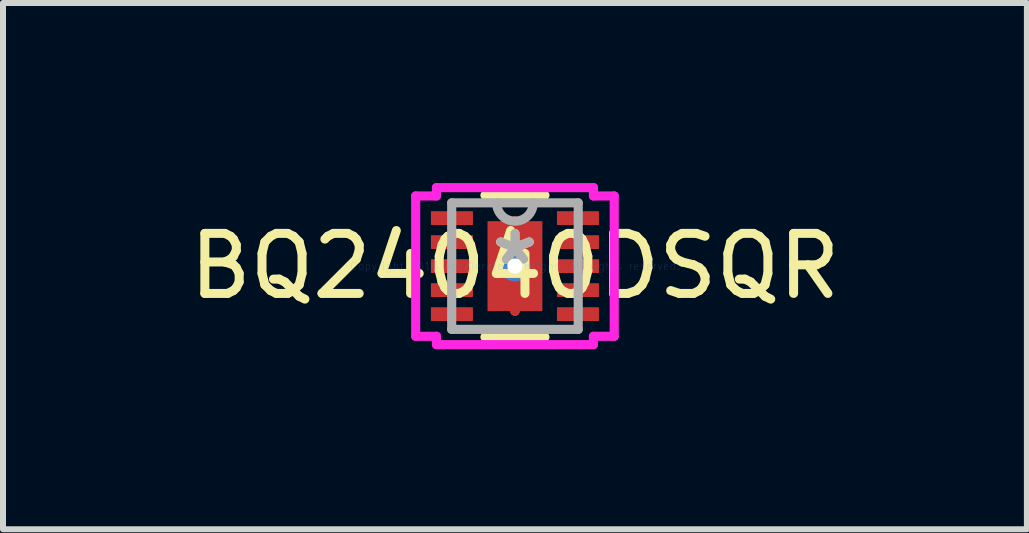
<source format=kicad_pcb>
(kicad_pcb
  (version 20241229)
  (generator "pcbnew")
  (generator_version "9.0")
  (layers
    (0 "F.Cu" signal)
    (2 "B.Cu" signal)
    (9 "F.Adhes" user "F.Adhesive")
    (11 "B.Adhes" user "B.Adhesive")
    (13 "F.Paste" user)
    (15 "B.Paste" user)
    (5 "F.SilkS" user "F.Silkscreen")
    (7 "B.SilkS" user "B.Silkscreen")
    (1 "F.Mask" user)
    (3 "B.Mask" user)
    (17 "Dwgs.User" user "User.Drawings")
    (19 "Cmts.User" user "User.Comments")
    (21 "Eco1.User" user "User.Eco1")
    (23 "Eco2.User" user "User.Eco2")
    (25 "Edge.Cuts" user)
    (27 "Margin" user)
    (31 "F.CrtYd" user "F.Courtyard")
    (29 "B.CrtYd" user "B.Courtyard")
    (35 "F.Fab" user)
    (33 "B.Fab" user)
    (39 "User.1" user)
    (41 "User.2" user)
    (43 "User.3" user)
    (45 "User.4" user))
  (footprint "BQ24040DSQR"
    (layer "F.Cu")
    (at 5.53 1.384)
    (property "Reference" "BQ24040DSQR" (at 0 0 0) (layer "F.SilkS") (effects (font (size 1 1) (thickness 0.15))))
    (attr through_hole)
    (fp_line (start 0 -0.749) (end 0 -0.749) (stroke (width 0.152) (type solid)) (layer "F.Cu"))
    (fp_line (start 0 -0.749) (end 0 -0.749) (stroke (width 0.152) (type solid)) (layer "F.Cu"))
    (fp_line (start 0 -0.749) (end 0 -0.749) (stroke (width 0.152) (type solid)) (layer "F.Cu"))
    (fp_line (start 0 -0.749) (end 0 -0.749) (stroke (width 0.152) (type solid)) (layer "F.Cu"))
    (fp_line (start 0 -0.749) (end 0 -0.749) (stroke (width 0.152) (type solid)) (layer "F.Cu"))
    (fp_line (start 0 -0.749) (end 0 -0.749) (stroke (width 0.152) (type solid)) (layer "F.Cu"))
    (fp_line (start 0 -0.749) (end 0 -0.749) (stroke (width 0.152) (type solid)) (layer "F.Cu"))
    (fp_line (start 0 -0.749) (end 0 -0.749) (stroke (width 0.152) (type solid)) (layer "F.Cu"))
    (fp_line (start 0 0.749) (end 0 0.749) (stroke (width 0.152) (type solid)) (layer "F.Cu"))
    (fp_line (start 0 0.749) (end 0 0.749) (stroke (width 0.152) (type solid)) (layer "F.Cu"))
    (fp_line (start 0 0.749) (end 0 0.749) (stroke (width 0.152) (type solid)) (layer "F.Cu"))
    (fp_line (start 0 0.749) (end 0 0.749) (stroke (width 0.152) (type solid)) (layer "F.Cu"))
    (fp_line (start 0 0.749) (end 0 0.749) (stroke (width 0.152) (type solid)) (layer "F.Cu"))
    (fp_line (start 0 0.749) (end 0 0.749) (stroke (width 0.152) (type solid)) (layer "F.Cu"))
    (fp_line (start 0 0.749) (end 0 0.749) (stroke (width 0.152) (type solid)) (layer "F.Cu"))
    (fp_line (start 0 0.749) (end 0 0.749) (stroke (width 0.152) (type solid)) (layer "F.Cu"))
    (fp_line (start -0.521 -0.813) (end -0.2 -0.813) (stroke (width 0.152) (type solid)) (layer "F.Mask"))
    (fp_line (start -0.521 -0.813) (end 0.521 -0.813) (stroke (width 0.152) (type solid)) (layer "F.Mask"))
    (fp_line (start -0.521 -0.2) (end -0.521 -0.813) (stroke (width 0.152) (type solid)) (layer "F.Mask"))
    (fp_line (start -0.521 0.2) (end 0.521 0.2) (stroke (width 0.152) (type solid)) (layer "F.Mask"))
    (fp_line (start -0.521 0.813) (end -0.521 -0.813) (stroke (width 0.152) (type solid)) (layer "F.Mask"))
    (fp_line (start -0.521 0.813) (end -0.521 0.2) (stroke (width 0.152) (type solid)) (layer "F.Mask"))
    (fp_line (start -0.2 -0.813) (end -0.2 0.813) (stroke (width 0.152) (type solid)) (layer "F.Mask"))
    (fp_line (start -0.2 0.813) (end -0.521 0.813) (stroke (width 0.152) (type solid)) (layer "F.Mask"))
    (fp_line (start 0 -0.749) (end 0 -0.749) (stroke (width 0.152) (type solid)) (layer "F.Mask"))
    (fp_line (start 0 -0.749) (end 0 -0.749) (stroke (width 0.152) (type solid)) (layer "F.Mask"))
    (fp_line (start 0 -0.749) (end 0 -0.749) (stroke (width 0.152) (type solid)) (layer "F.Mask"))
    (fp_line (start 0 -0.749) (end 0 -0.749) (stroke (width 0.152) (type solid)) (layer "F.Mask"))
    (fp_line (start 0 -0.749) (end 0 -0.749) (stroke (width 0.152) (type solid)) (layer "F.Mask"))
    (fp_line (start 0 -0.749) (end 0 -0.749) (stroke (width 0.152) (type solid)) (layer "F.Mask"))
    (fp_line (start 0 -0.749) (end 0 -0.749) (stroke (width 0.152) (type solid)) (layer "F.Mask"))
    (fp_line (start 0 -0.749) (end 0 -0.749) (stroke (width 0.152) (type solid)) (layer "F.Mask"))
    (fp_line (start 0 0.749) (end 0 0.749) (stroke (width 0.152) (type solid)) (layer "F.Mask"))
    (fp_line (start 0 0.749) (end 0 0.749) (stroke (width 0.152) (type solid)) (layer "F.Mask"))
    (fp_line (start 0 0.749) (end 0 0.749) (stroke (width 0.152) (type solid)) (layer "F.Mask"))
    (fp_line (start 0 0.749) (end 0 0.749) (stroke (width 0.152) (type solid)) (layer "F.Mask"))
    (fp_line (start 0 0.749) (end 0 0.749) (stroke (width 0.152) (type solid)) (layer "F.Mask"))
    (fp_line (start 0 0.749) (end 0 0.749) (stroke (width 0.152) (type solid)) (layer "F.Mask"))
    (fp_line (start 0 0.749) (end 0 0.749) (stroke (width 0.152) (type solid)) (layer "F.Mask"))
    (fp_line (start 0 0.749) (end 0 0.749) (stroke (width 0.152) (type solid)) (layer "F.Mask"))
    (fp_line (start 0.2 -0.813) (end 0.521 -0.813) (stroke (width 0.152) (type solid)) (layer "F.Mask"))
    (fp_line (start 0.2 0.813) (end 0.2 -0.813) (stroke (width 0.152) (type solid)) (layer "F.Mask"))
    (fp_line (start 0.521 -0.813) (end 0.521 -0.2) (stroke (width 0.152) (type solid)) (layer "F.Mask"))
    (fp_line (start 0.521 -0.813) (end 0.521 0.813) (stroke (width 0.152) (type solid)) (layer "F.Mask"))
    (fp_line (start 0.521 -0.2) (end -0.521 -0.2) (stroke (width 0.152) (type solid)) (layer "F.Mask"))
    (fp_line (start 0.521 0.2) (end 0.521 0.813) (stroke (width 0.152) (type solid)) (layer "F.Mask"))
    (fp_line (start 0.521 0.813) (end -0.521 0.813) (stroke (width 0.152) (type solid)) (layer "F.Mask"))
    (fp_line (start 0.521 0.813) (end 0.2 0.813) (stroke (width 0.152) (type solid)) (layer "F.Mask"))
    (fp_line (start -0.5 1.181) (end 0.5 1.181) (stroke (width 0.152) (type solid)) (layer "F.SilkS"))
    (fp_line (start 0.5 -1.181) (end -0.5 -1.181) (stroke (width 0.152) (type solid)) (layer "F.SilkS"))
    (fp_line (start -0.382 -0.674) (end -0.382 -0.1) (stroke (width 0.152) (type solid)) (layer "F.Paste"))
    (fp_line (start -0.382 -0.1) (end -0.241 -0.1) (stroke (width 0.152) (type solid)) (layer "F.Paste"))
    (fp_line (start -0.382 0.1) (end -0.382 0.674) (stroke (width 0.152) (type solid)) (layer "F.Paste"))
    (fp_line (start -0.382 0.674) (end -0.1 0.674) (stroke (width 0.152) (type solid)) (layer "F.Paste"))
    (fp_line (start -0.241 -0.1) (end -0.241 -0.1) (stroke (width 0.152) (type solid)) (layer "F.Paste"))
    (fp_line (start -0.241 -0.1) (end -0.1 -0.241) (stroke (width 0.152) (type solid)) (layer "F.Paste"))
    (fp_line (start -0.241 0.1) (end -0.382 0.1) (stroke (width 0.152) (type solid)) (layer "F.Paste"))
    (fp_line (start -0.241 0.1) (end -0.241 0.1) (stroke (width 0.152) (type solid)) (layer "F.Paste"))
    (fp_line (start -0.1 -0.674) (end -0.382 -0.674) (stroke (width 0.152) (type solid)) (layer "F.Paste"))
    (fp_line (start -0.1 -0.241) (end -0.1 -0.674) (stroke (width 0.152) (type solid)) (layer "F.Paste"))
    (fp_line (start -0.1 -0.241) (end -0.1 -0.241) (stroke (width 0.152) (type solid)) (layer "F.Paste"))
    (fp_line (start -0.1 0.241) (end -0.241 0.1) (stroke (width 0.152) (type solid)) (layer "F.Paste"))
    (fp_line (start -0.1 0.241) (end -0.1 0.241) (stroke (width 0.152) (type solid)) (layer "F.Paste"))
    (fp_line (start -0.1 0.674) (end -0.1 0.241) (stroke (width 0.152) (type solid)) (layer "F.Paste"))
    (fp_line (start 0.1 -0.674) (end 0.1 -0.241) (stroke (width 0.152) (type solid)) (layer "F.Paste"))
    (fp_line (start 0.1 -0.241) (end 0.1 -0.241) (stroke (width 0.152) (type solid)) (layer "F.Paste"))
    (fp_line (start 0.1 -0.241) (end 0.241 -0.1) (stroke (width 0.152) (type solid)) (layer "F.Paste"))
    (fp_line (start 0.1 0.241) (end 0.1 0.241) (stroke (width 0.152) (type solid)) (layer "F.Paste"))
    (fp_line (start 0.1 0.241) (end 0.1 0.674) (stroke (width 0.152) (type solid)) (layer "F.Paste"))
    (fp_line (start 0.1 0.674) (end 0.382 0.674) (stroke (width 0.152) (type solid)) (layer "F.Paste"))
    (fp_line (start 0.241 -0.1) (end 0.241 -0.1) (stroke (width 0.152) (type solid)) (layer "F.Paste"))
    (fp_line (start 0.241 -0.1) (end 0.382 -0.1) (stroke (width 0.152) (type solid)) (layer "F.Paste"))
    (fp_line (start 0.241 0.1) (end 0.1 0.241) (stroke (width 0.152) (type solid)) (layer "F.Paste"))
    (fp_line (start 0.241 0.1) (end 0.241 0.1) (stroke (width 0.152) (type solid)) (layer "F.Paste"))
    (fp_line (start 0.382 -0.674) (end 0.1 -0.674) (stroke (width 0.152) (type solid)) (layer "F.Paste"))
    (fp_line (start 0.382 -0.1) (end 0.382 -0.674) (stroke (width 0.152) (type solid)) (layer "F.Paste"))
    (fp_line (start 0.382 0.1) (end 0.241 0.1) (stroke (width 0.152) (type solid)) (layer "F.Paste"))
    (fp_line (start 0.382 0.674) (end 0.382 0.1) (stroke (width 0.152) (type solid)) (layer "F.Paste"))
    (fp_line (start -1.654 -1.169) (end -1.308 -1.169) (stroke (width 0.152) (type solid)) (layer "F.CrtYd"))
    (fp_line (start -1.654 1.169) (end -1.654 -1.169) (stroke (width 0.152) (type solid)) (layer "F.CrtYd"))
    (fp_line (start -1.308 -1.308) (end 1.308 -1.308) (stroke (width 0.152) (type solid)) (layer "F.CrtYd"))
    (fp_line (start -1.308 -1.169) (end -1.308 -1.308) (stroke (width 0.152) (type solid)) (layer "F.CrtYd"))
    (fp_line (start -1.308 1.169) (end -1.654 1.169) (stroke (width 0.152) (type solid)) (layer "F.CrtYd"))
    (fp_line (start -1.308 1.308) (end -1.308 1.169) (stroke (width 0.152) (type solid)) (layer "F.CrtYd"))
    (fp_line (start 1.308 -1.308) (end 1.308 -1.169) (stroke (width 0.152) (type solid)) (layer "F.CrtYd"))
    (fp_line (start 1.308 -1.169) (end 1.654 -1.169) (stroke (width 0.152) (type solid)) (layer "F.CrtYd"))
    (fp_line (start 1.308 1.169) (end 1.308 1.308) (stroke (width 0.152) (type solid)) (layer "F.CrtYd"))
    (fp_line (start 1.308 1.308) (end -1.308 1.308) (stroke (width 0.152) (type solid)) (layer "F.CrtYd"))
    (fp_line (start 1.654 -1.169) (end 1.654 1.169) (stroke (width 0.152) (type solid)) (layer "F.CrtYd"))
    (fp_line (start 1.654 1.169) (end 1.308 1.169) (stroke (width 0.152) (type solid)) (layer "F.CrtYd"))
    (fp_line (start -1.054 -1.054) (end -1.054 1.054) (stroke (width 0.152) (type solid)) (layer "F.Fab"))
    (fp_line (start -1.054 1.054) (end 1.054 1.054) (stroke (width 0.152) (type solid)) (layer "F.Fab"))
    (fp_line (start 1.054 -1.054) (end -1.054 -1.054) (stroke (width 0.152) (type solid)) (layer "F.Fab"))
    (fp_line (start 1.054 1.054) (end 1.054 -1.054) (stroke (width 0.152) (type solid)) (layer "F.Fab"))
    (fp_arc (start 0.3048 -1.0541) (mid 0 -0.7493) (end -0.3048 -1.0541) (stroke (width 0.1524) (type solid)) (layer "F.Fab"))
    (fp_text user "*" (at 0 0 0) (layer "F.SilkS") (effects (font (size 1 1) (thickness 0.15))))
    (fp_text user "Copyright 2016 Accelerated Designs. All rights reserved." (at 0 0 0) (layer "Cmts.User") (effects (font (size 0.127 0.127) (thickness 0.002))))
    (fp_text user "*" (at 0 0 0) (layer "F.Fab") (effects (font (size 1 1) (thickness 0.15))))
    (pad "1" smd rect (at -1.05 -0.8) (size 0.7 0.23) (layers "F.Cu" "F.Mask" "F.Paste"))
    (pad "2" smd rect (at -1.05 -0.4) (size 0.7 0.23) (layers "F.Cu" "F.Mask" "F.Paste"))
    (pad "3" smd rect (at -1.05 0) (size 0.7 0.23) (layers "F.Cu" "F.Mask" "F.Paste"))
    (pad "4" smd rect (at -1.05 0.4) (size 0.7 0.23) (layers "F.Cu" "F.Mask" "F.Paste"))
    (pad "5" smd rect (at -1.05 0.8) (size 0.7 0.23) (layers "F.Cu" "F.Mask" "F.Paste"))
    (pad "6" smd rect (at 1.05 0.8) (size 0.7 0.23) (layers "F.Cu" "F.Mask" "F.Paste"))
    (pad "7" smd rect (at 1.05 0.4) (size 0.7 0.23) (layers "F.Cu" "F.Mask" "F.Paste"))
    (pad "8" smd rect (at 1.05 0) (size 0.7 0.23) (layers "F.Cu" "F.Mask" "F.Paste"))
    (pad "9" smd rect (at 1.05 -0.4) (size 0.7 0.23) (layers "F.Cu" "F.Mask" "F.Paste"))
    (pad "10" smd rect (at 1.05 -0.8) (size 0.7 0.23) (layers "F.Cu" "F.Mask" "F.Paste"))
    (pad "11" smd rect (at 0 0) (size 0.914 1.499) (layers "F.Cu" "F.Mask" "F.Paste"))
    (pad "V" thru_hole circle (at 0 0) (size 0.508 0.508) (drill 0.254) (layers "*.Cu" "*.Mask")))
  (gr_rect
    (start -3 -3)
    (end 14.06 5.769)
    (stroke (width 0.1) (type default))
    (fill no)
    (layer "Edge.Cuts")))
</source>
